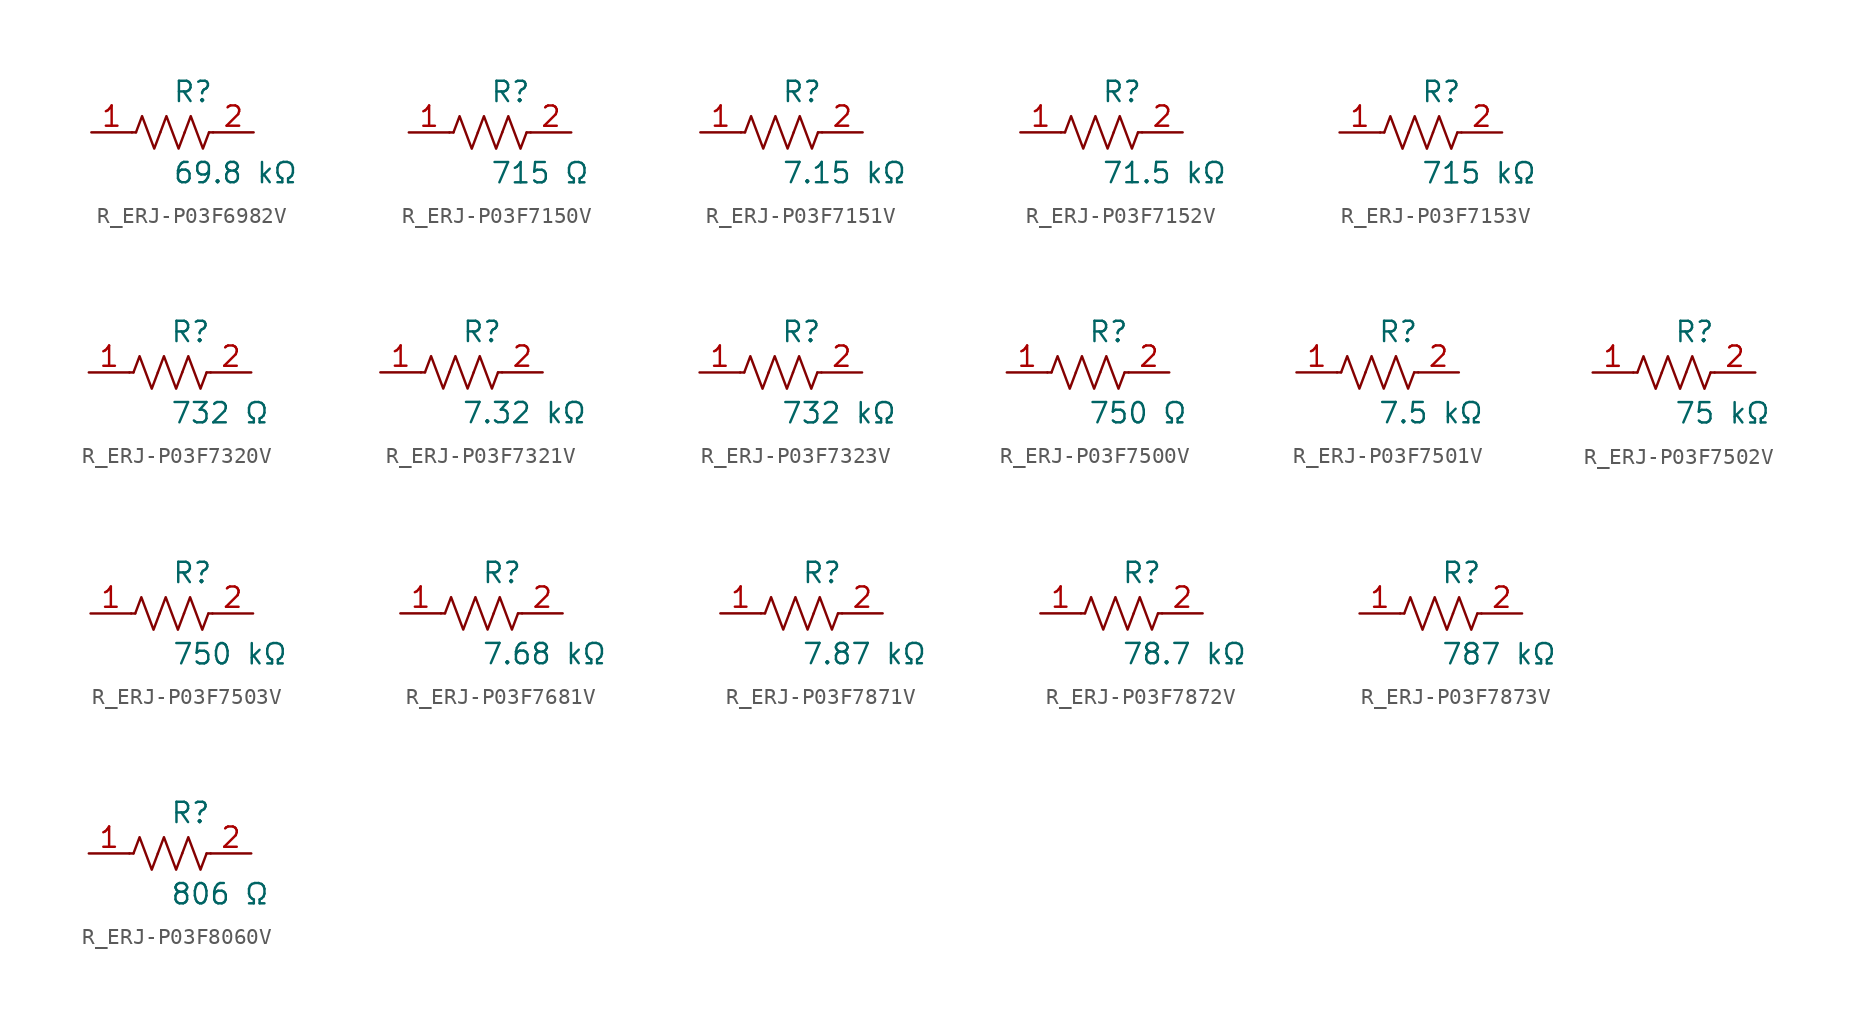
<source format=kicad_sym>
(kicad_symbol_lib
  (version 20231120)
  (generator kicad_symbol_editor)
  (generator_version 8.0)
  (symbol "R_ERJ-P03F6982V"
    (pin_names
      (offset 0.254))
    (property "Reference" "R"
      (at 0.0 2.54 0)
      (effects (font (size 1.27 1.27)) (justify left)))
    (property "Value" "69.8 kΩ"
      (at 0.0 -2.54 0)
      (effects (font (size 1.27 1.27)) (justify left)))
    (symbol "R_ERJ-P03F6982V_0_1"
      (polyline (pts (xy 2.286 0) (xy 2.54 0)) (stroke (width 0) (type default)) (fill (type none)))
      (polyline (pts (xy -2.286 0) (xy -2.54 0)) (stroke (width 0) (type default)) (fill (type none)))
      (polyline (pts (xy 0.762 0) (xy 1.143 1.016) (xy 1.524 0) (xy 1.905 -1.016) (xy 2.286 0)) (stroke (width 0) (type default)) (fill (type none)))
      (polyline (pts (xy -0.762 0) (xy -0.381 1.016) (xy 0 0) (xy 0.381 -1.016) (xy 0.762 0)) (stroke (width 0) (type default)) (fill (type none)))
      (polyline (pts (xy -2.286 0) (xy -1.905 1.016) (xy -1.524 0) (xy -1.143 -1.016) (xy -0.762 0)) (stroke (width 0) (type default)) (fill (type none))))
    (pin unspecified line
      (at -5.08 0 0)
      (length 2.54)
      (name "" (effects (font (size 1.27 1.27))))
      (number "1" (effects (font (size 1.27 1.27)))))
    (pin unspecified line
      (at 5.08 0 180)
      (length 2.54)
      (name "" (effects (font (size 1.27 1.27))))
      (number "2" (effects (font (size 1.27 1.27))))))
  (symbol "R_ERJ-P03F7150V"
    (pin_names
      (offset 0.254))
    (property "Reference" "R"
      (at 0.0 2.54 0)
      (effects (font (size 1.27 1.27)) (justify left)))
    (property "Value" "715 Ω"
      (at 0.0 -2.54 0)
      (effects (font (size 1.27 1.27)) (justify left)))
    (symbol "R_ERJ-P03F7150V_0_1"
      (polyline (pts (xy 2.286 0) (xy 2.54 0)) (stroke (width 0) (type default)) (fill (type none)))
      (polyline (pts (xy -2.286 0) (xy -2.54 0)) (stroke (width 0) (type default)) (fill (type none)))
      (polyline (pts (xy 0.762 0) (xy 1.143 1.016) (xy 1.524 0) (xy 1.905 -1.016) (xy 2.286 0)) (stroke (width 0) (type default)) (fill (type none)))
      (polyline (pts (xy -0.762 0) (xy -0.381 1.016) (xy 0 0) (xy 0.381 -1.016) (xy 0.762 0)) (stroke (width 0) (type default)) (fill (type none)))
      (polyline (pts (xy -2.286 0) (xy -1.905 1.016) (xy -1.524 0) (xy -1.143 -1.016) (xy -0.762 0)) (stroke (width 0) (type default)) (fill (type none))))
    (pin unspecified line
      (at -5.08 0 0)
      (length 2.54)
      (name "" (effects (font (size 1.27 1.27))))
      (number "1" (effects (font (size 1.27 1.27)))))
    (pin unspecified line
      (at 5.08 0 180)
      (length 2.54)
      (name "" (effects (font (size 1.27 1.27))))
      (number "2" (effects (font (size 1.27 1.27))))))
  (symbol "R_ERJ-P03F7151V"
    (pin_names
      (offset 0.254))
    (property "Reference" "R"
      (at 0.0 2.54 0)
      (effects (font (size 1.27 1.27)) (justify left)))
    (property "Value" "7.15 kΩ"
      (at 0.0 -2.54 0)
      (effects (font (size 1.27 1.27)) (justify left)))
    (symbol "R_ERJ-P03F7151V_0_1"
      (polyline (pts (xy 2.286 0) (xy 2.54 0)) (stroke (width 0) (type default)) (fill (type none)))
      (polyline (pts (xy -2.286 0) (xy -2.54 0)) (stroke (width 0) (type default)) (fill (type none)))
      (polyline (pts (xy 0.762 0) (xy 1.143 1.016) (xy 1.524 0) (xy 1.905 -1.016) (xy 2.286 0)) (stroke (width 0) (type default)) (fill (type none)))
      (polyline (pts (xy -0.762 0) (xy -0.381 1.016) (xy 0 0) (xy 0.381 -1.016) (xy 0.762 0)) (stroke (width 0) (type default)) (fill (type none)))
      (polyline (pts (xy -2.286 0) (xy -1.905 1.016) (xy -1.524 0) (xy -1.143 -1.016) (xy -0.762 0)) (stroke (width 0) (type default)) (fill (type none))))
    (pin unspecified line
      (at -5.08 0 0)
      (length 2.54)
      (name "" (effects (font (size 1.27 1.27))))
      (number "1" (effects (font (size 1.27 1.27)))))
    (pin unspecified line
      (at 5.08 0 180)
      (length 2.54)
      (name "" (effects (font (size 1.27 1.27))))
      (number "2" (effects (font (size 1.27 1.27))))))
  (symbol "R_ERJ-P03F7152V"
    (pin_names
      (offset 0.254))
    (property "Reference" "R"
      (at 0.0 2.54 0)
      (effects (font (size 1.27 1.27)) (justify left)))
    (property "Value" "71.5 kΩ"
      (at 0.0 -2.54 0)
      (effects (font (size 1.27 1.27)) (justify left)))
    (symbol "R_ERJ-P03F7152V_0_1"
      (polyline (pts (xy 2.286 0) (xy 2.54 0)) (stroke (width 0) (type default)) (fill (type none)))
      (polyline (pts (xy -2.286 0) (xy -2.54 0)) (stroke (width 0) (type default)) (fill (type none)))
      (polyline (pts (xy 0.762 0) (xy 1.143 1.016) (xy 1.524 0) (xy 1.905 -1.016) (xy 2.286 0)) (stroke (width 0) (type default)) (fill (type none)))
      (polyline (pts (xy -0.762 0) (xy -0.381 1.016) (xy 0 0) (xy 0.381 -1.016) (xy 0.762 0)) (stroke (width 0) (type default)) (fill (type none)))
      (polyline (pts (xy -2.286 0) (xy -1.905 1.016) (xy -1.524 0) (xy -1.143 -1.016) (xy -0.762 0)) (stroke (width 0) (type default)) (fill (type none))))
    (pin unspecified line
      (at -5.08 0 0)
      (length 2.54)
      (name "" (effects (font (size 1.27 1.27))))
      (number "1" (effects (font (size 1.27 1.27)))))
    (pin unspecified line
      (at 5.08 0 180)
      (length 2.54)
      (name "" (effects (font (size 1.27 1.27))))
      (number "2" (effects (font (size 1.27 1.27))))))
  (symbol "R_ERJ-P03F7153V"
    (pin_names
      (offset 0.254))
    (property "Reference" "R"
      (at 0.0 2.54 0)
      (effects (font (size 1.27 1.27)) (justify left)))
    (property "Value" "715 kΩ"
      (at 0.0 -2.54 0)
      (effects (font (size 1.27 1.27)) (justify left)))
    (symbol "R_ERJ-P03F7153V_0_1"
      (polyline (pts (xy 2.286 0) (xy 2.54 0)) (stroke (width 0) (type default)) (fill (type none)))
      (polyline (pts (xy -2.286 0) (xy -2.54 0)) (stroke (width 0) (type default)) (fill (type none)))
      (polyline (pts (xy 0.762 0) (xy 1.143 1.016) (xy 1.524 0) (xy 1.905 -1.016) (xy 2.286 0)) (stroke (width 0) (type default)) (fill (type none)))
      (polyline (pts (xy -0.762 0) (xy -0.381 1.016) (xy 0 0) (xy 0.381 -1.016) (xy 0.762 0)) (stroke (width 0) (type default)) (fill (type none)))
      (polyline (pts (xy -2.286 0) (xy -1.905 1.016) (xy -1.524 0) (xy -1.143 -1.016) (xy -0.762 0)) (stroke (width 0) (type default)) (fill (type none))))
    (pin unspecified line
      (at -5.08 0 0)
      (length 2.54)
      (name "" (effects (font (size 1.27 1.27))))
      (number "1" (effects (font (size 1.27 1.27)))))
    (pin unspecified line
      (at 5.08 0 180)
      (length 2.54)
      (name "" (effects (font (size 1.27 1.27))))
      (number "2" (effects (font (size 1.27 1.27))))))
  (symbol "R_ERJ-P03F7320V"
    (pin_names
      (offset 0.254))
    (property "Reference" "R"
      (at 0.0 2.54 0)
      (effects (font (size 1.27 1.27)) (justify left)))
    (property "Value" "732 Ω"
      (at 0.0 -2.54 0)
      (effects (font (size 1.27 1.27)) (justify left)))
    (symbol "R_ERJ-P03F7320V_0_1"
      (polyline (pts (xy 2.286 0) (xy 2.54 0)) (stroke (width 0) (type default)) (fill (type none)))
      (polyline (pts (xy -2.286 0) (xy -2.54 0)) (stroke (width 0) (type default)) (fill (type none)))
      (polyline (pts (xy 0.762 0) (xy 1.143 1.016) (xy 1.524 0) (xy 1.905 -1.016) (xy 2.286 0)) (stroke (width 0) (type default)) (fill (type none)))
      (polyline (pts (xy -0.762 0) (xy -0.381 1.016) (xy 0 0) (xy 0.381 -1.016) (xy 0.762 0)) (stroke (width 0) (type default)) (fill (type none)))
      (polyline (pts (xy -2.286 0) (xy -1.905 1.016) (xy -1.524 0) (xy -1.143 -1.016) (xy -0.762 0)) (stroke (width 0) (type default)) (fill (type none))))
    (pin unspecified line
      (at -5.08 0 0)
      (length 2.54)
      (name "" (effects (font (size 1.27 1.27))))
      (number "1" (effects (font (size 1.27 1.27)))))
    (pin unspecified line
      (at 5.08 0 180)
      (length 2.54)
      (name "" (effects (font (size 1.27 1.27))))
      (number "2" (effects (font (size 1.27 1.27))))))
  (symbol "R_ERJ-P03F7321V"
    (pin_names
      (offset 0.254))
    (property "Reference" "R"
      (at 0.0 2.54 0)
      (effects (font (size 1.27 1.27)) (justify left)))
    (property "Value" "7.32 kΩ"
      (at 0.0 -2.54 0)
      (effects (font (size 1.27 1.27)) (justify left)))
    (symbol "R_ERJ-P03F7321V_0_1"
      (polyline (pts (xy 2.286 0) (xy 2.54 0)) (stroke (width 0) (type default)) (fill (type none)))
      (polyline (pts (xy -2.286 0) (xy -2.54 0)) (stroke (width 0) (type default)) (fill (type none)))
      (polyline (pts (xy 0.762 0) (xy 1.143 1.016) (xy 1.524 0) (xy 1.905 -1.016) (xy 2.286 0)) (stroke (width 0) (type default)) (fill (type none)))
      (polyline (pts (xy -0.762 0) (xy -0.381 1.016) (xy 0 0) (xy 0.381 -1.016) (xy 0.762 0)) (stroke (width 0) (type default)) (fill (type none)))
      (polyline (pts (xy -2.286 0) (xy -1.905 1.016) (xy -1.524 0) (xy -1.143 -1.016) (xy -0.762 0)) (stroke (width 0) (type default)) (fill (type none))))
    (pin unspecified line
      (at -5.08 0 0)
      (length 2.54)
      (name "" (effects (font (size 1.27 1.27))))
      (number "1" (effects (font (size 1.27 1.27)))))
    (pin unspecified line
      (at 5.08 0 180)
      (length 2.54)
      (name "" (effects (font (size 1.27 1.27))))
      (number "2" (effects (font (size 1.27 1.27))))))
  (symbol "R_ERJ-P03F7323V"
    (pin_names
      (offset 0.254))
    (property "Reference" "R"
      (at 0.0 2.54 0)
      (effects (font (size 1.27 1.27)) (justify left)))
    (property "Value" "732 kΩ"
      (at 0.0 -2.54 0)
      (effects (font (size 1.27 1.27)) (justify left)))
    (symbol "R_ERJ-P03F7323V_0_1"
      (polyline (pts (xy 2.286 0) (xy 2.54 0)) (stroke (width 0) (type default)) (fill (type none)))
      (polyline (pts (xy -2.286 0) (xy -2.54 0)) (stroke (width 0) (type default)) (fill (type none)))
      (polyline (pts (xy 0.762 0) (xy 1.143 1.016) (xy 1.524 0) (xy 1.905 -1.016) (xy 2.286 0)) (stroke (width 0) (type default)) (fill (type none)))
      (polyline (pts (xy -0.762 0) (xy -0.381 1.016) (xy 0 0) (xy 0.381 -1.016) (xy 0.762 0)) (stroke (width 0) (type default)) (fill (type none)))
      (polyline (pts (xy -2.286 0) (xy -1.905 1.016) (xy -1.524 0) (xy -1.143 -1.016) (xy -0.762 0)) (stroke (width 0) (type default)) (fill (type none))))
    (pin unspecified line
      (at -5.08 0 0)
      (length 2.54)
      (name "" (effects (font (size 1.27 1.27))))
      (number "1" (effects (font (size 1.27 1.27)))))
    (pin unspecified line
      (at 5.08 0 180)
      (length 2.54)
      (name "" (effects (font (size 1.27 1.27))))
      (number "2" (effects (font (size 1.27 1.27))))))
  (symbol "R_ERJ-P03F7500V"
    (pin_names
      (offset 0.254))
    (property "Reference" "R"
      (at 0.0 2.54 0)
      (effects (font (size 1.27 1.27)) (justify left)))
    (property "Value" "750 Ω"
      (at 0.0 -2.54 0)
      (effects (font (size 1.27 1.27)) (justify left)))
    (symbol "R_ERJ-P03F7500V_0_1"
      (polyline (pts (xy 2.286 0) (xy 2.54 0)) (stroke (width 0) (type default)) (fill (type none)))
      (polyline (pts (xy -2.286 0) (xy -2.54 0)) (stroke (width 0) (type default)) (fill (type none)))
      (polyline (pts (xy 0.762 0) (xy 1.143 1.016) (xy 1.524 0) (xy 1.905 -1.016) (xy 2.286 0)) (stroke (width 0) (type default)) (fill (type none)))
      (polyline (pts (xy -0.762 0) (xy -0.381 1.016) (xy 0 0) (xy 0.381 -1.016) (xy 0.762 0)) (stroke (width 0) (type default)) (fill (type none)))
      (polyline (pts (xy -2.286 0) (xy -1.905 1.016) (xy -1.524 0) (xy -1.143 -1.016) (xy -0.762 0)) (stroke (width 0) (type default)) (fill (type none))))
    (pin unspecified line
      (at -5.08 0 0)
      (length 2.54)
      (name "" (effects (font (size 1.27 1.27))))
      (number "1" (effects (font (size 1.27 1.27)))))
    (pin unspecified line
      (at 5.08 0 180)
      (length 2.54)
      (name "" (effects (font (size 1.27 1.27))))
      (number "2" (effects (font (size 1.27 1.27))))))
  (symbol "R_ERJ-P03F7501V"
    (pin_names
      (offset 0.254))
    (property "Reference" "R"
      (at 0.0 2.54 0)
      (effects (font (size 1.27 1.27)) (justify left)))
    (property "Value" "7.5 kΩ"
      (at 0.0 -2.54 0)
      (effects (font (size 1.27 1.27)) (justify left)))
    (symbol "R_ERJ-P03F7501V_0_1"
      (polyline (pts (xy 2.286 0) (xy 2.54 0)) (stroke (width 0) (type default)) (fill (type none)))
      (polyline (pts (xy -2.286 0) (xy -2.54 0)) (stroke (width 0) (type default)) (fill (type none)))
      (polyline (pts (xy 0.762 0) (xy 1.143 1.016) (xy 1.524 0) (xy 1.905 -1.016) (xy 2.286 0)) (stroke (width 0) (type default)) (fill (type none)))
      (polyline (pts (xy -0.762 0) (xy -0.381 1.016) (xy 0 0) (xy 0.381 -1.016) (xy 0.762 0)) (stroke (width 0) (type default)) (fill (type none)))
      (polyline (pts (xy -2.286 0) (xy -1.905 1.016) (xy -1.524 0) (xy -1.143 -1.016) (xy -0.762 0)) (stroke (width 0) (type default)) (fill (type none))))
    (pin unspecified line
      (at -5.08 0 0)
      (length 2.54)
      (name "" (effects (font (size 1.27 1.27))))
      (number "1" (effects (font (size 1.27 1.27)))))
    (pin unspecified line
      (at 5.08 0 180)
      (length 2.54)
      (name "" (effects (font (size 1.27 1.27))))
      (number "2" (effects (font (size 1.27 1.27))))))
  (symbol "R_ERJ-P03F7502V"
    (pin_names
      (offset 0.254))
    (property "Reference" "R"
      (at 0.0 2.54 0)
      (effects (font (size 1.27 1.27)) (justify left)))
    (property "Value" "75 kΩ"
      (at 0.0 -2.54 0)
      (effects (font (size 1.27 1.27)) (justify left)))
    (symbol "R_ERJ-P03F7502V_0_1"
      (polyline (pts (xy 2.286 0) (xy 2.54 0)) (stroke (width 0) (type default)) (fill (type none)))
      (polyline (pts (xy -2.286 0) (xy -2.54 0)) (stroke (width 0) (type default)) (fill (type none)))
      (polyline (pts (xy 0.762 0) (xy 1.143 1.016) (xy 1.524 0) (xy 1.905 -1.016) (xy 2.286 0)) (stroke (width 0) (type default)) (fill (type none)))
      (polyline (pts (xy -0.762 0) (xy -0.381 1.016) (xy 0 0) (xy 0.381 -1.016) (xy 0.762 0)) (stroke (width 0) (type default)) (fill (type none)))
      (polyline (pts (xy -2.286 0) (xy -1.905 1.016) (xy -1.524 0) (xy -1.143 -1.016) (xy -0.762 0)) (stroke (width 0) (type default)) (fill (type none))))
    (pin unspecified line
      (at -5.08 0 0)
      (length 2.54)
      (name "" (effects (font (size 1.27 1.27))))
      (number "1" (effects (font (size 1.27 1.27)))))
    (pin unspecified line
      (at 5.08 0 180)
      (length 2.54)
      (name "" (effects (font (size 1.27 1.27))))
      (number "2" (effects (font (size 1.27 1.27))))))
  (symbol "R_ERJ-P03F7503V"
    (pin_names
      (offset 0.254))
    (property "Reference" "R"
      (at 0.0 2.54 0)
      (effects (font (size 1.27 1.27)) (justify left)))
    (property "Value" "750 kΩ"
      (at 0.0 -2.54 0)
      (effects (font (size 1.27 1.27)) (justify left)))
    (symbol "R_ERJ-P03F7503V_0_1"
      (polyline (pts (xy 2.286 0) (xy 2.54 0)) (stroke (width 0) (type default)) (fill (type none)))
      (polyline (pts (xy -2.286 0) (xy -2.54 0)) (stroke (width 0) (type default)) (fill (type none)))
      (polyline (pts (xy 0.762 0) (xy 1.143 1.016) (xy 1.524 0) (xy 1.905 -1.016) (xy 2.286 0)) (stroke (width 0) (type default)) (fill (type none)))
      (polyline (pts (xy -0.762 0) (xy -0.381 1.016) (xy 0 0) (xy 0.381 -1.016) (xy 0.762 0)) (stroke (width 0) (type default)) (fill (type none)))
      (polyline (pts (xy -2.286 0) (xy -1.905 1.016) (xy -1.524 0) (xy -1.143 -1.016) (xy -0.762 0)) (stroke (width 0) (type default)) (fill (type none))))
    (pin unspecified line
      (at -5.08 0 0)
      (length 2.54)
      (name "" (effects (font (size 1.27 1.27))))
      (number "1" (effects (font (size 1.27 1.27)))))
    (pin unspecified line
      (at 5.08 0 180)
      (length 2.54)
      (name "" (effects (font (size 1.27 1.27))))
      (number "2" (effects (font (size 1.27 1.27))))))
  (symbol "R_ERJ-P03F7681V"
    (pin_names
      (offset 0.254))
    (property "Reference" "R"
      (at 0.0 2.54 0)
      (effects (font (size 1.27 1.27)) (justify left)))
    (property "Value" "7.68 kΩ"
      (at 0.0 -2.54 0)
      (effects (font (size 1.27 1.27)) (justify left)))
    (symbol "R_ERJ-P03F7681V_0_1"
      (polyline (pts (xy 2.286 0) (xy 2.54 0)) (stroke (width 0) (type default)) (fill (type none)))
      (polyline (pts (xy -2.286 0) (xy -2.54 0)) (stroke (width 0) (type default)) (fill (type none)))
      (polyline (pts (xy 0.762 0) (xy 1.143 1.016) (xy 1.524 0) (xy 1.905 -1.016) (xy 2.286 0)) (stroke (width 0) (type default)) (fill (type none)))
      (polyline (pts (xy -0.762 0) (xy -0.381 1.016) (xy 0 0) (xy 0.381 -1.016) (xy 0.762 0)) (stroke (width 0) (type default)) (fill (type none)))
      (polyline (pts (xy -2.286 0) (xy -1.905 1.016) (xy -1.524 0) (xy -1.143 -1.016) (xy -0.762 0)) (stroke (width 0) (type default)) (fill (type none))))
    (pin unspecified line
      (at -5.08 0 0)
      (length 2.54)
      (name "" (effects (font (size 1.27 1.27))))
      (number "1" (effects (font (size 1.27 1.27)))))
    (pin unspecified line
      (at 5.08 0 180)
      (length 2.54)
      (name "" (effects (font (size 1.27 1.27))))
      (number "2" (effects (font (size 1.27 1.27))))))
  (symbol "R_ERJ-P03F7871V"
    (pin_names
      (offset 0.254))
    (property "Reference" "R"
      (at 0.0 2.54 0)
      (effects (font (size 1.27 1.27)) (justify left)))
    (property "Value" "7.87 kΩ"
      (at 0.0 -2.54 0)
      (effects (font (size 1.27 1.27)) (justify left)))
    (symbol "R_ERJ-P03F7871V_0_1"
      (polyline (pts (xy 2.286 0) (xy 2.54 0)) (stroke (width 0) (type default)) (fill (type none)))
      (polyline (pts (xy -2.286 0) (xy -2.54 0)) (stroke (width 0) (type default)) (fill (type none)))
      (polyline (pts (xy 0.762 0) (xy 1.143 1.016) (xy 1.524 0) (xy 1.905 -1.016) (xy 2.286 0)) (stroke (width 0) (type default)) (fill (type none)))
      (polyline (pts (xy -0.762 0) (xy -0.381 1.016) (xy 0 0) (xy 0.381 -1.016) (xy 0.762 0)) (stroke (width 0) (type default)) (fill (type none)))
      (polyline (pts (xy -2.286 0) (xy -1.905 1.016) (xy -1.524 0) (xy -1.143 -1.016) (xy -0.762 0)) (stroke (width 0) (type default)) (fill (type none))))
    (pin unspecified line
      (at -5.08 0 0)
      (length 2.54)
      (name "" (effects (font (size 1.27 1.27))))
      (number "1" (effects (font (size 1.27 1.27)))))
    (pin unspecified line
      (at 5.08 0 180)
      (length 2.54)
      (name "" (effects (font (size 1.27 1.27))))
      (number "2" (effects (font (size 1.27 1.27))))))
  (symbol "R_ERJ-P03F7872V"
    (pin_names
      (offset 0.254))
    (property "Reference" "R"
      (at 0.0 2.54 0)
      (effects (font (size 1.27 1.27)) (justify left)))
    (property "Value" "78.7 kΩ"
      (at 0.0 -2.54 0)
      (effects (font (size 1.27 1.27)) (justify left)))
    (symbol "R_ERJ-P03F7872V_0_1"
      (polyline (pts (xy 2.286 0) (xy 2.54 0)) (stroke (width 0) (type default)) (fill (type none)))
      (polyline (pts (xy -2.286 0) (xy -2.54 0)) (stroke (width 0) (type default)) (fill (type none)))
      (polyline (pts (xy 0.762 0) (xy 1.143 1.016) (xy 1.524 0) (xy 1.905 -1.016) (xy 2.286 0)) (stroke (width 0) (type default)) (fill (type none)))
      (polyline (pts (xy -0.762 0) (xy -0.381 1.016) (xy 0 0) (xy 0.381 -1.016) (xy 0.762 0)) (stroke (width 0) (type default)) (fill (type none)))
      (polyline (pts (xy -2.286 0) (xy -1.905 1.016) (xy -1.524 0) (xy -1.143 -1.016) (xy -0.762 0)) (stroke (width 0) (type default)) (fill (type none))))
    (pin unspecified line
      (at -5.08 0 0)
      (length 2.54)
      (name "" (effects (font (size 1.27 1.27))))
      (number "1" (effects (font (size 1.27 1.27)))))
    (pin unspecified line
      (at 5.08 0 180)
      (length 2.54)
      (name "" (effects (font (size 1.27 1.27))))
      (number "2" (effects (font (size 1.27 1.27))))))
  (symbol "R_ERJ-P03F7873V"
    (pin_names
      (offset 0.254))
    (property "Reference" "R"
      (at 0.0 2.54 0)
      (effects (font (size 1.27 1.27)) (justify left)))
    (property "Value" "787 kΩ"
      (at 0.0 -2.54 0)
      (effects (font (size 1.27 1.27)) (justify left)))
    (symbol "R_ERJ-P03F7873V_0_1"
      (polyline (pts (xy 2.286 0) (xy 2.54 0)) (stroke (width 0) (type default)) (fill (type none)))
      (polyline (pts (xy -2.286 0) (xy -2.54 0)) (stroke (width 0) (type default)) (fill (type none)))
      (polyline (pts (xy 0.762 0) (xy 1.143 1.016) (xy 1.524 0) (xy 1.905 -1.016) (xy 2.286 0)) (stroke (width 0) (type default)) (fill (type none)))
      (polyline (pts (xy -0.762 0) (xy -0.381 1.016) (xy 0 0) (xy 0.381 -1.016) (xy 0.762 0)) (stroke (width 0) (type default)) (fill (type none)))
      (polyline (pts (xy -2.286 0) (xy -1.905 1.016) (xy -1.524 0) (xy -1.143 -1.016) (xy -0.762 0)) (stroke (width 0) (type default)) (fill (type none))))
    (pin unspecified line
      (at -5.08 0 0)
      (length 2.54)
      (name "" (effects (font (size 1.27 1.27))))
      (number "1" (effects (font (size 1.27 1.27)))))
    (pin unspecified line
      (at 5.08 0 180)
      (length 2.54)
      (name "" (effects (font (size 1.27 1.27))))
      (number "2" (effects (font (size 1.27 1.27))))))
  (symbol "R_ERJ-P03F8060V"
    (pin_names
      (offset 0.254))
    (property "Reference" "R"
      (at 0.0 2.54 0)
      (effects (font (size 1.27 1.27)) (justify left)))
    (property "Value" "806 Ω"
      (at 0.0 -2.54 0)
      (effects (font (size 1.27 1.27)) (justify left)))
    (symbol "R_ERJ-P03F8060V_0_1"
      (polyline (pts (xy 2.286 0) (xy 2.54 0)) (stroke (width 0) (type default)) (fill (type none)))
      (polyline (pts (xy -2.286 0) (xy -2.54 0)) (stroke (width 0) (type default)) (fill (type none)))
      (polyline (pts (xy 0.762 0) (xy 1.143 1.016) (xy 1.524 0) (xy 1.905 -1.016) (xy 2.286 0)) (stroke (width 0) (type default)) (fill (type none)))
      (polyline (pts (xy -0.762 0) (xy -0.381 1.016) (xy 0 0) (xy 0.381 -1.016) (xy 0.762 0)) (stroke (width 0) (type default)) (fill (type none)))
      (polyline (pts (xy -2.286 0) (xy -1.905 1.016) (xy -1.524 0) (xy -1.143 -1.016) (xy -0.762 0)) (stroke (width 0) (type default)) (fill (type none))))
    (pin unspecified line
      (at -5.08 0 0)
      (length 2.54)
      (name "" (effects (font (size 1.27 1.27))))
      (number "1" (effects (font (size 1.27 1.27)))))
    (pin unspecified line
      (at 5.08 0 180)
      (length 2.54)
      (name "" (effects (font (size 1.27 1.27))))
      (number "2" (effects (font (size 1.27 1.27)))))))
</source>
